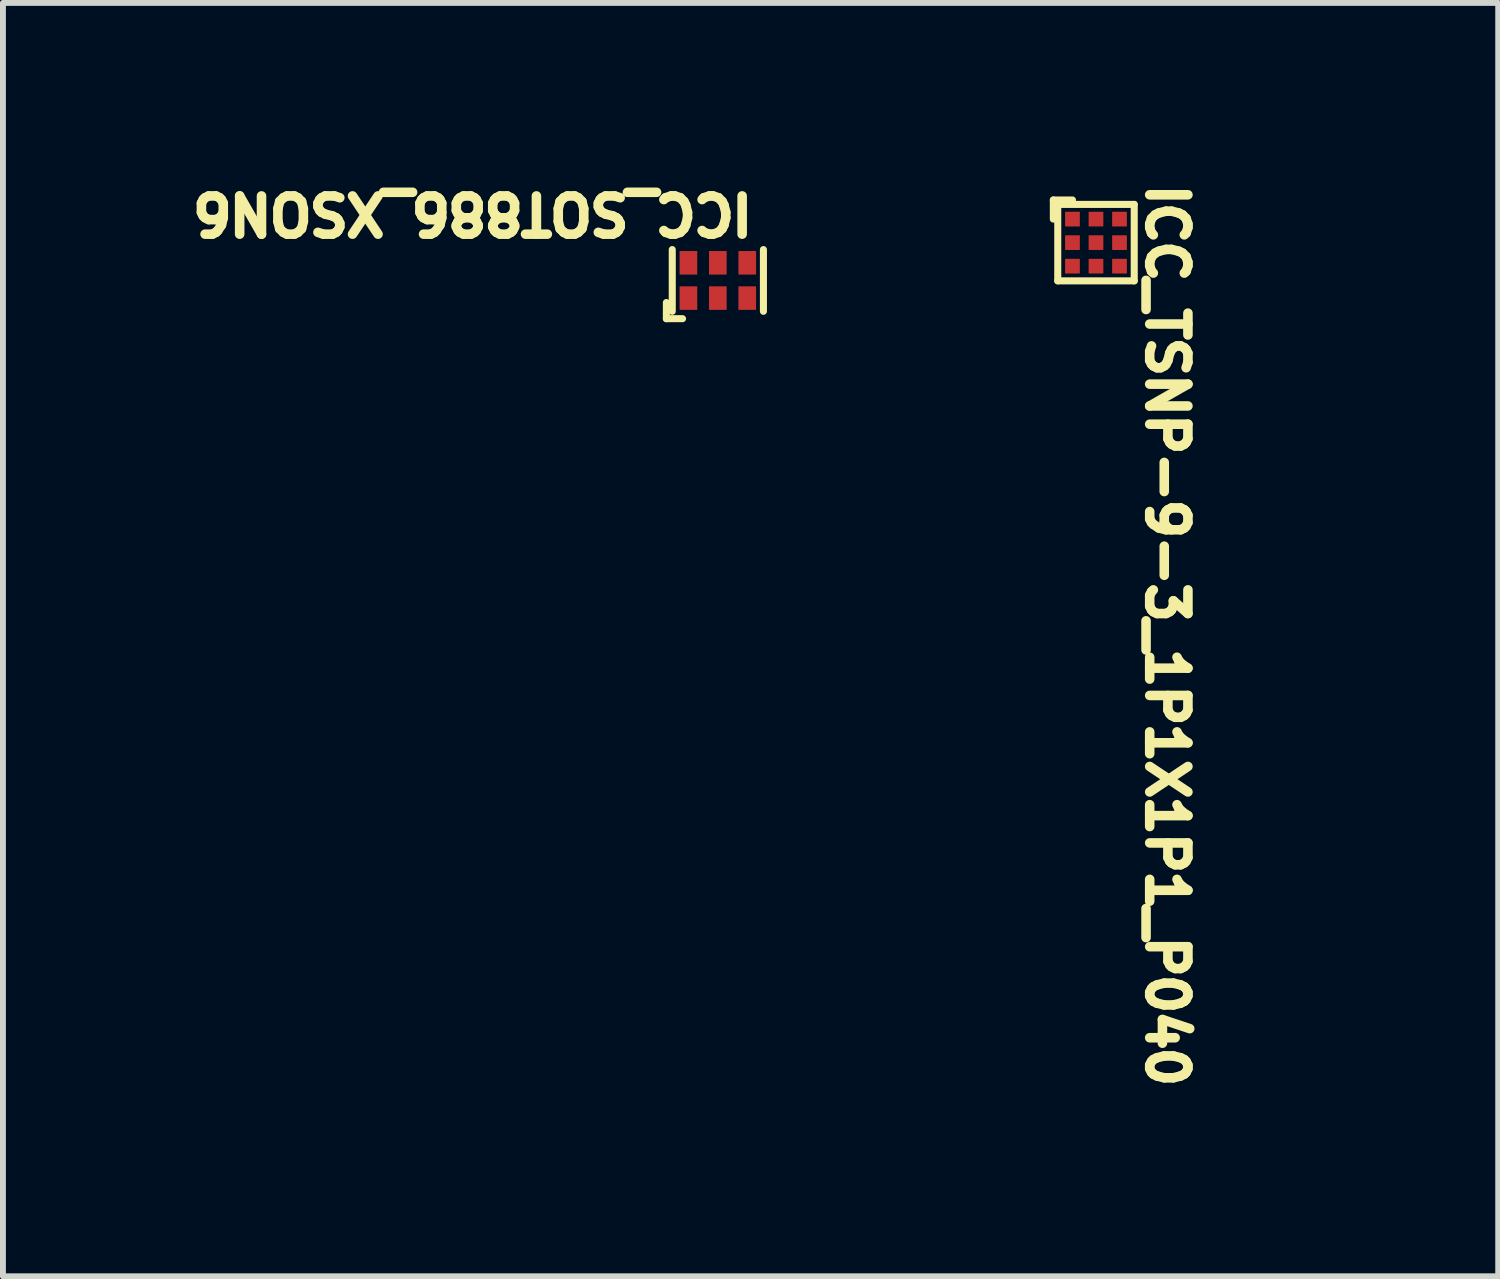
<source format=kicad_pcb>
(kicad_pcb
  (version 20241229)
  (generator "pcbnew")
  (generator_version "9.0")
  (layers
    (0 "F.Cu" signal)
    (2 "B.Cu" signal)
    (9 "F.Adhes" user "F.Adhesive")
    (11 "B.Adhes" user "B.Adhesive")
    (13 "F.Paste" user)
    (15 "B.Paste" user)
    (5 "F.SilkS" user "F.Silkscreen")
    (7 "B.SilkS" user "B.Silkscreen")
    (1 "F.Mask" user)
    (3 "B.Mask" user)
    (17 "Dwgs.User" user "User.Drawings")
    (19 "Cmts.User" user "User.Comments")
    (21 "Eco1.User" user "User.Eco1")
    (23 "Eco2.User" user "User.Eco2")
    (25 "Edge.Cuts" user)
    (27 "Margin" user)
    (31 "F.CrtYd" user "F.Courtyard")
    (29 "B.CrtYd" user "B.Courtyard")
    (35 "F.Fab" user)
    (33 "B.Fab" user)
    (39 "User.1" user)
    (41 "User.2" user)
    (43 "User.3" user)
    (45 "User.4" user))
  (footprint "ICC_TSNP-9-3_1P1X1P1_P040"
    (layer "F.Cu")
    (at 15.583 1.075)
    (property "Reference" "ICC_TSNP-9-3_1P1X1P1_P040" (at 0.825 -1.075 270) (unlocked yes) (layer "F.SilkS") (effects (font (size 0.65 0.65) (thickness 0.254)) (justify left bottom)))
    (fp_line (start -0.725 -0.725) (end -0.725 -0.4) (stroke (width 0.12) (type solid)) (layer "F.SilkS"))
    (fp_line (start -0.65 -0.65) (end -0.65 0.65) (stroke (width 0.12) (type solid)) (layer "F.SilkS"))
    (fp_line (start -0.4 -0.725) (end -0.725 -0.725) (stroke (width 0.12) (type solid)) (layer "F.SilkS"))
    (fp_line (start 0.65 -0.65) (end -0.65 -0.65) (stroke (width 0.12) (type solid)) (layer "F.SilkS"))
    (fp_line (start 0.65 -0.65) (end 0.65 0.65) (stroke (width 0.12) (type solid)) (layer "F.SilkS"))
    (fp_line (start 0.65 0.65) (end -0.65 0.65) (stroke (width 0.12) (type solid)) (layer "F.SilkS"))
    (fp_line (start -0.8 -0.8) (end -0.8 0.8) (stroke (width 0.01) (type solid)) (layer "Eco1.User"))
    (fp_line (start -0.6 -0.6) (end -0.6 0.6) (stroke (width 0.01) (type solid)) (layer "Eco1.User"))
    (fp_line (start -0.5 -0.5) (end -0.5 -0.3) (stroke (width 0.01) (type solid)) (layer "Eco1.User"))
    (fp_line (start -0.5 -0.1) (end -0.5 0.1) (stroke (width 0.01) (type solid)) (layer "Eco1.User"))
    (fp_line (start -0.5 0.3) (end -0.5 0.5) (stroke (width 0.01) (type solid)) (layer "Eco1.User"))
    (fp_line (start -0.3 -0.5) (end -0.5 -0.5) (stroke (width 0.01) (type solid)) (layer "Eco1.User"))
    (fp_line (start -0.3 -0.5) (end -0.3 -0.3) (stroke (width 0.01) (type solid)) (layer "Eco1.User"))
    (fp_line (start -0.3 -0.3) (end -0.5 -0.3) (stroke (width 0.01) (type solid)) (layer "Eco1.User"))
    (fp_line (start -0.3 -0.1) (end -0.5 -0.1) (stroke (width 0.01) (type solid)) (layer "Eco1.User"))
    (fp_line (start -0.3 -0.1) (end -0.3 0.1) (stroke (width 0.01) (type solid)) (layer "Eco1.User"))
    (fp_line (start -0.3 0.1) (end -0.5 0.1) (stroke (width 0.01) (type solid)) (layer "Eco1.User"))
    (fp_line (start -0.3 0.3) (end -0.5 0.3) (stroke (width 0.01) (type solid)) (layer "Eco1.User"))
    (fp_line (start -0.3 0.3) (end -0.3 0.5) (stroke (width 0.01) (type solid)) (layer "Eco1.User"))
    (fp_line (start -0.3 0.5) (end -0.5 0.5) (stroke (width 0.01) (type solid)) (layer "Eco1.User"))
    (fp_line (start -0.1 -0.5) (end -0.1 -0.3) (stroke (width 0.01) (type solid)) (layer "Eco1.User"))
    (fp_line (start -0.1 -0.1) (end -0.1 0.1) (stroke (width 0.01) (type solid)) (layer "Eco1.User"))
    (fp_line (start -0.1 0.3) (end -0.1 0.5) (stroke (width 0.01) (type solid)) (layer "Eco1.User"))
    (fp_line (start 0.1 -0.5) (end -0.1 -0.5) (stroke (width 0.01) (type solid)) (layer "Eco1.User"))
    (fp_line (start 0.1 -0.5) (end 0.1 -0.3) (stroke (width 0.01) (type solid)) (layer "Eco1.User"))
    (fp_line (start 0.1 -0.3) (end -0.1 -0.3) (stroke (width 0.01) (type solid)) (layer "Eco1.User"))
    (fp_line (start 0.1 -0.1) (end -0.1 -0.1) (stroke (width 0.01) (type solid)) (layer "Eco1.User"))
    (fp_line (start 0.1 -0.1) (end 0.1 0.1) (stroke (width 0.01) (type solid)) (layer "Eco1.User"))
    (fp_line (start 0.1 0.1) (end -0.1 0.1) (stroke (width 0.01) (type solid)) (layer "Eco1.User"))
    (fp_line (start 0.1 0.3) (end -0.1 0.3) (stroke (width 0.01) (type solid)) (layer "Eco1.User"))
    (fp_line (start 0.1 0.3) (end 0.1 0.5) (stroke (width 0.01) (type solid)) (layer "Eco1.User"))
    (fp_line (start 0.1 0.5) (end -0.1 0.5) (stroke (width 0.01) (type solid)) (layer "Eco1.User"))
    (fp_line (start 0.3 -0.5) (end 0.3 -0.3) (stroke (width 0.01) (type solid)) (layer "Eco1.User"))
    (fp_line (start 0.3 -0.1) (end 0.3 0.1) (stroke (width 0.01) (type solid)) (layer "Eco1.User"))
    (fp_line (start 0.3 0.3) (end 0.3 0.5) (stroke (width 0.01) (type solid)) (layer "Eco1.User"))
    (fp_line (start 0.5 -0.5) (end 0.3 -0.5) (stroke (width 0.01) (type solid)) (layer "Eco1.User"))
    (fp_line (start 0.5 -0.5) (end 0.5 -0.3) (stroke (width 0.01) (type solid)) (layer "Eco1.User"))
    (fp_line (start 0.5 -0.3) (end 0.3 -0.3) (stroke (width 0.01) (type solid)) (layer "Eco1.User"))
    (fp_line (start 0.5 -0.1) (end 0.3 -0.1) (stroke (width 0.01) (type solid)) (layer "Eco1.User"))
    (fp_line (start 0.5 -0.1) (end 0.5 0.1) (stroke (width 0.01) (type solid)) (layer "Eco1.User"))
    (fp_line (start 0.5 0.1) (end 0.3 0.1) (stroke (width 0.01) (type solid)) (layer "Eco1.User"))
    (fp_line (start 0.5 0.3) (end 0.3 0.3) (stroke (width 0.01) (type solid)) (layer "Eco1.User"))
    (fp_line (start 0.5 0.3) (end 0.5 0.5) (stroke (width 0.01) (type solid)) (layer "Eco1.User"))
    (fp_line (start 0.5 0.5) (end 0.3 0.5) (stroke (width 0.01) (type solid)) (layer "Eco1.User"))
    (fp_line (start 0.6 -0.6) (end -0.6 -0.6) (stroke (width 0.01) (type solid)) (layer "Eco1.User"))
    (fp_line (start 0.6 -0.6) (end 0.6 0.6) (stroke (width 0.01) (type solid)) (layer "Eco1.User"))
    (fp_line (start 0.6 0.6) (end -0.6 0.6) (stroke (width 0.01) (type solid)) (layer "Eco1.User"))
    (fp_line (start 0.8 -0.8) (end -0.8 -0.8) (stroke (width 0.01) (type solid)) (layer "Eco1.User"))
    (fp_line (start 0.8 -0.8) (end 0.8 0.8) (stroke (width 0.01) (type solid)) (layer "Eco1.User"))
    (fp_line (start 0.8 0.8) (end -0.8 0.8) (stroke (width 0.01) (type solid)) (layer "Eco1.User"))
    (fp_text user "7" (at 0.35 -0.312 0) (unlocked yes) (layer "Eco1.User") (effects (font (size 0.125 0.125) (thickness 0.254)) (justify left bottom)))
    (fp_text user "'.Designator'" (at 1.975 0.475 180) (unlocked yes) (layer "Eco1.User") (effects (font (size 0.375 0.375) (thickness 0.254))))
    (fp_text user "3" (at -0.45 0.487 0) (unlocked yes) (layer "Eco1.User") (effects (font (size 0.125 0.125) (thickness 0.254)) (justify left bottom)))
    (fp_text user "2" (at -0.45 0.087 0) (unlocked yes) (layer "Eco1.User") (effects (font (size 0.125 0.125) (thickness 0.254)) (justify left bottom)))
    (fp_text user "8" (at -0.05 -0.312 0) (unlocked yes) (layer "Eco1.User") (effects (font (size 0.125 0.125) (thickness 0.254)) (justify left bottom)))
    (fp_text user "4" (at -0.062 0.487 0) (unlocked yes) (layer "Eco1.User") (effects (font (size 0.125 0.125) (thickness 0.254)) (justify left bottom)))
    (fp_text user "6" (at 0.35 0.087 0) (unlocked yes) (layer "Eco1.User") (effects (font (size 0.125 0.125) (thickness 0.254)) (justify left bottom)))
    (fp_text user "9" (at -0.05 0.087 0) (unlocked yes) (layer "Eco1.User") (effects (font (size 0.125 0.125) (thickness 0.254)) (justify left bottom)))
    (fp_text user "5" (at 0.35 0.487 0) (unlocked yes) (layer "Eco1.User") (effects (font (size 0.125 0.125) (thickness 0.254)) (justify left bottom)))
    (fp_text user "1" (at -0.438 -0.312 0) (unlocked yes) (layer "Eco1.User") (effects (font (size 0.125 0.125) (thickness 0.254)) (justify left bottom)))
    (pad "1" smd rect (at -0.4 -0.4) (size 0.25 0.25) (layers "F.Cu" "F.Mask" "F.Paste"))
    (pad "2" smd rect (at -0.4 0) (size 0.25 0.25) (layers "F.Cu" "F.Mask" "F.Paste"))
    (pad "3" smd rect (at -0.4 0.4) (size 0.25 0.25) (layers "F.Cu" "F.Mask" "F.Paste"))
    (pad "4" smd rect (at 0 0.4) (size 0.25 0.25) (layers "F.Cu" "F.Mask" "F.Paste"))
    (pad "5" smd rect (at 0.4 0.4) (size 0.25 0.25) (layers "F.Cu" "F.Mask" "F.Paste"))
    (pad "6" smd rect (at 0.4 0) (size 0.25 0.25) (layers "F.Cu" "F.Mask" "F.Paste"))
    (pad "7" smd rect (at 0.4 -0.4) (size 0.25 0.25) (layers "F.Cu" "F.Mask" "F.Paste"))
    (pad "8" smd rect (at 0 -0.4) (size 0.25 0.25) (layers "F.Cu" "F.Mask" "F.Paste"))
    (pad "9" smd rect (at 0 0) (size 0.25 0.25) (layers "F.Cu" "F.Mask" "F.Paste")))
  (footprint "ICC_SOT886_XSON6"
    (layer "F.Cu")
    (at 9.154 1.718)
    (property "Reference" "ICC_SOT886_XSON6" (at 0.675 -1.525 180) (unlocked yes) (layer "F.SilkS") (effects (font (size 0.65 0.65) (thickness 0.254)) (justify left bottom)))
    (fp_line (start -0.875 0.375) (end -0.875 0.65) (stroke (width 0.12) (type solid)) (layer "F.SilkS"))
    (fp_line (start -0.775 -0.525) (end -0.775 0.525) (stroke (width 0.12) (type solid)) (layer "F.SilkS"))
    (fp_line (start -0.6 0.65) (end -0.875 0.65) (stroke (width 0.12) (type solid)) (layer "F.SilkS"))
    (fp_line (start 0.775 -0.525) (end 0.775 0.525) (stroke (width 0.12) (type solid)) (layer "F.SilkS"))
    (fp_line (start -0.95 -0.725) (end -0.95 0.725) (stroke (width 0.01) (type solid)) (layer "Eco1.User"))
    (fp_line (start -0.75 -0.525) (end -0.75 0.525) (stroke (width 0.01) (type solid)) (layer "Eco1.User"))
    (fp_line (start -0.625 -0.475) (end -0.625 -0.125) (stroke (width 0.01) (type solid)) (layer "Eco1.User"))
    (fp_line (start -0.625 0.125) (end -0.625 0.475) (stroke (width 0.01) (type solid)) (layer "Eco1.User"))
    (fp_line (start -0.375 -0.475) (end -0.625 -0.475) (stroke (width 0.01) (type solid)) (layer "Eco1.User"))
    (fp_line (start -0.375 -0.475) (end -0.375 -0.125) (stroke (width 0.01) (type solid)) (layer "Eco1.User"))
    (fp_line (start -0.375 -0.125) (end -0.625 -0.125) (stroke (width 0.01) (type solid)) (layer "Eco1.User"))
    (fp_line (start -0.375 0.125) (end -0.625 0.125) (stroke (width 0.01) (type solid)) (layer "Eco1.User"))
    (fp_line (start -0.375 0.125) (end -0.375 0.475) (stroke (width 0.01) (type solid)) (layer "Eco1.User"))
    (fp_line (start -0.375 0.475) (end -0.625 0.475) (stroke (width 0.01) (type solid)) (layer "Eco1.User"))
    (fp_line (start -0.125 -0.475) (end -0.125 -0.125) (stroke (width 0.01) (type solid)) (layer "Eco1.User"))
    (fp_line (start -0.125 0.125) (end -0.125 0.475) (stroke (width 0.01) (type solid)) (layer "Eco1.User"))
    (fp_line (start 0.125 -0.475) (end -0.125 -0.475) (stroke (width 0.01) (type solid)) (layer "Eco1.User"))
    (fp_line (start 0.125 -0.475) (end 0.125 -0.125) (stroke (width 0.01) (type solid)) (layer "Eco1.User"))
    (fp_line (start 0.125 -0.125) (end -0.125 -0.125) (stroke (width 0.01) (type solid)) (layer "Eco1.User"))
    (fp_line (start 0.125 0.125) (end -0.125 0.125) (stroke (width 0.01) (type solid)) (layer "Eco1.User"))
    (fp_line (start 0.125 0.125) (end 0.125 0.475) (stroke (width 0.01) (type solid)) (layer "Eco1.User"))
    (fp_line (start 0.125 0.475) (end -0.125 0.475) (stroke (width 0.01) (type solid)) (layer "Eco1.User"))
    (fp_line (start 0.375 -0.475) (end 0.375 -0.125) (stroke (width 0.01) (type solid)) (layer "Eco1.User"))
    (fp_line (start 0.375 0.125) (end 0.375 0.475) (stroke (width 0.01) (type solid)) (layer "Eco1.User"))
    (fp_line (start 0.625 -0.475) (end 0.375 -0.475) (stroke (width 0.01) (type solid)) (layer "Eco1.User"))
    (fp_line (start 0.625 -0.475) (end 0.625 -0.125) (stroke (width 0.01) (type solid)) (layer "Eco1.User"))
    (fp_line (start 0.625 -0.125) (end 0.375 -0.125) (stroke (width 0.01) (type solid)) (layer "Eco1.User"))
    (fp_line (start 0.625 0.125) (end 0.375 0.125) (stroke (width 0.01) (type solid)) (layer "Eco1.User"))
    (fp_line (start 0.625 0.125) (end 0.625 0.475) (stroke (width 0.01) (type solid)) (layer "Eco1.User"))
    (fp_line (start 0.625 0.475) (end 0.375 0.475) (stroke (width 0.01) (type solid)) (layer "Eco1.User"))
    (fp_line (start 0.75 -0.525) (end -0.75 -0.525) (stroke (width 0.01) (type solid)) (layer "Eco1.User"))
    (fp_line (start 0.75 -0.525) (end 0.75 0.525) (stroke (width 0.01) (type solid)) (layer "Eco1.User"))
    (fp_line (start 0.75 0.525) (end -0.75 0.525) (stroke (width 0.01) (type solid)) (layer "Eco1.User"))
    (fp_line (start 0.95 -0.725) (end -0.95 -0.725) (stroke (width 0.01) (type solid)) (layer "Eco1.User"))
    (fp_line (start 0.95 -0.725) (end 0.95 0.725) (stroke (width 0.01) (type solid)) (layer "Eco1.User"))
    (fp_line (start 0.95 0.725) (end -0.95 0.725) (stroke (width 0.01) (type solid)) (layer "Eco1.User"))
    (fp_text user "6" (at -0.6 -0.138 0) (unlocked yes) (layer "Eco1.User") (effects (font (size 0.25 0.25) (thickness 0.05)) (justify left bottom)))
    (fp_text user "3" (at 0.4 0.463 0) (unlocked yes) (layer "Eco1.User") (effects (font (size 0.25 0.25) (thickness 0.05)) (justify left bottom)))
    (fp_text user "1" (at -0.575 0.463 0) (unlocked yes) (layer "Eco1.User") (effects (font (size 0.25 0.25) (thickness 0.05)) (justify left bottom)))
    (fp_text user "4" (at 0.387 -0.138 0) (unlocked yes) (layer "Eco1.User") (effects (font (size 0.25 0.25) (thickness 0.05)) (justify left bottom)))
    (fp_text user "'.Designator'" (at 0.762 -0.525 180) (unlocked yes) (layer "Eco1.User") (effects (font (size 0.375 0.375) (thickness 0.254))))
    (fp_text user "5" (at -0.1 -0.138 0) (unlocked yes) (layer "Eco1.User") (effects (font (size 0.25 0.25) (thickness 0.05)) (justify left bottom)))
    (fp_text user "2" (at -0.113 0.463 0) (unlocked yes) (layer "Eco1.User") (effects (font (size 0.25 0.25) (thickness 0.05)) (justify left bottom)))
    (pad "1" smd rect (at -0.5 0.3) (size 0.3 0.4) (layers "F.Cu" "F.Mask" "F.Paste"))
    (pad "2" smd rect (at 0 0.3) (size 0.3 0.4) (layers "F.Cu" "F.Mask" "F.Paste"))
    (pad "3" smd rect (at 0.5 0.3) (size 0.3 0.4) (layers "F.Cu" "F.Mask" "F.Paste"))
    (pad "4" smd rect (at 0.5 -0.3) (size 0.3 0.4) (layers "F.Cu" "F.Mask" "F.Paste"))
    (pad "5" smd rect (at 0 -0.3) (size 0.3 0.4) (layers "F.Cu" "F.Mask" "F.Paste"))
    (pad "6" smd rect (at -0.5 -0.3) (size 0.3 0.4) (layers "F.Cu" "F.Mask" "F.Paste")))
  (gr_rect
    (start -3 -3)
    (end 22.421 18.648)
    (stroke (width 0.1) (type default))
    (fill no)
    (layer "Edge.Cuts")))
</source>
